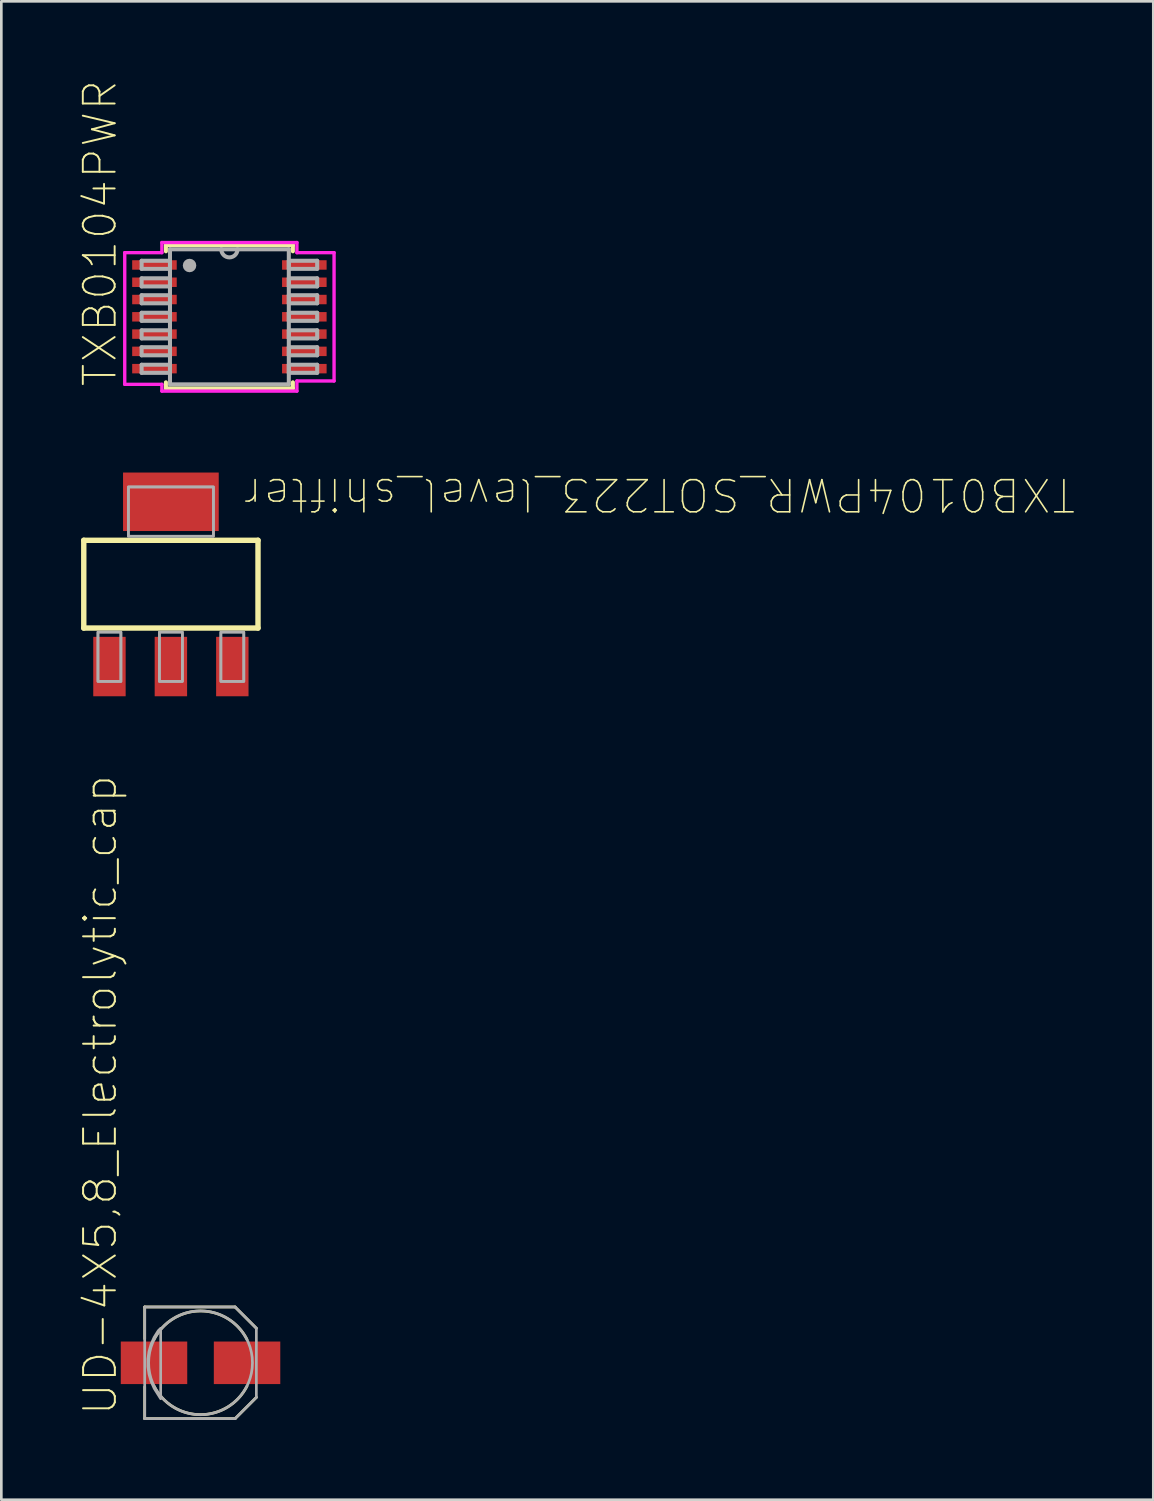
<source format=kicad_pcb>
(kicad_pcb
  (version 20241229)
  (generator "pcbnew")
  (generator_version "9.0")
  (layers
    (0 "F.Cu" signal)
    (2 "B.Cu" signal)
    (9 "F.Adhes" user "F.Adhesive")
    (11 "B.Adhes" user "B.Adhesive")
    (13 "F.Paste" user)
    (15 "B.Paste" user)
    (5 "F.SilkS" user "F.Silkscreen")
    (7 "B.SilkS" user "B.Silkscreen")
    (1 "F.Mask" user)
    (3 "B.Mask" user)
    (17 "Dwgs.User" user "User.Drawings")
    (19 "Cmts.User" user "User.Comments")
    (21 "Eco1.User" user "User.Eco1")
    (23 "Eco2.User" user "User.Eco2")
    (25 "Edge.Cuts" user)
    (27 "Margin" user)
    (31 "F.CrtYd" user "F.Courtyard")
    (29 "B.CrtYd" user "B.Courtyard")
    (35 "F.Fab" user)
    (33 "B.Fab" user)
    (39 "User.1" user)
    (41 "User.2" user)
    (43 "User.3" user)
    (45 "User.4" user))
  (footprint "TXB0104PWR_SOT223_level_shifter"
    (layer "F.Cu")
    (at 3.378 18.924)
    (property "Reference" "TXB0104PWR_SOT223_level_shifter" (at 2.667 -2.667 180) (unlocked yes) (layer "F.SilkS") (effects (font (size 1.21 1.21) (thickness 0.06)) (justify right top)))
    (fp_line (start -3.277 -1.651) (end 3.277 -1.651) (stroke (width 0.203) (type solid)) (layer "F.SilkS"))
    (fp_line (start -3.277 1.651) (end -3.277 -1.651) (stroke (width 0.203) (type solid)) (layer "F.SilkS"))
    (fp_line (start 3.277 -1.651) (end 3.277 1.651) (stroke (width 0.203) (type solid)) (layer "F.SilkS"))
    (fp_line (start 3.277 1.651) (end -3.277 1.651) (stroke (width 0.203) (type solid)) (layer "F.SilkS"))
    (fp_poly (pts (xy -2.743 3.658) (xy -1.88 3.658) (xy -1.88 1.803) (xy -2.743 1.803)) (stroke (width 0.1) (type default)) (fill no) (layer "F.Fab"))
    (fp_poly (pts (xy -2.743 3.658) (xy -1.88 3.658) (xy -1.88 1.803) (xy -2.743 1.803)) (stroke (width 0.1) (type default)) (fill no) (layer "F.Fab"))
    (fp_poly (pts (xy -1.6 -1.803) (xy 1.6 -1.803) (xy 1.6 -3.658) (xy -1.6 -3.658)) (stroke (width 0.1) (type default)) (fill no) (layer "F.Fab"))
    (fp_poly (pts (xy -1.6 -1.803) (xy 1.6 -1.803) (xy 1.6 -3.658) (xy -1.6 -3.658)) (stroke (width 0.1) (type default)) (fill no) (layer "F.Fab"))
    (fp_poly (pts (xy -0.432 3.658) (xy 0.432 3.658) (xy 0.432 1.803) (xy -0.432 1.803)) (stroke (width 0.1) (type default)) (fill no) (layer "F.Fab"))
    (fp_poly (pts (xy -0.432 3.658) (xy 0.432 3.658) (xy 0.432 1.803) (xy -0.432 1.803)) (stroke (width 0.1) (type default)) (fill no) (layer "F.Fab"))
    (fp_poly (pts (xy 1.88 3.658) (xy 2.743 3.658) (xy 2.743 1.803) (xy 1.88 1.803)) (stroke (width 0.1) (type default)) (fill no) (layer "F.Fab"))
    (fp_poly (pts (xy 1.88 3.658) (xy 2.743 3.658) (xy 2.743 1.803) (xy 1.88 1.803)) (stroke (width 0.1) (type default)) (fill no) (layer "F.Fab"))
    (pad "1" smd rect (at -2.311 3.099) (size 1.219 2.235) (layers "F.Cu" "F.Mask" "F.Paste"))
    (pad "2" smd rect (at 0 3.099) (size 1.219 2.235) (layers "F.Cu" "F.Mask" "F.Paste"))
    (pad "3" smd rect (at 2.311 3.099) (size 1.219 2.235) (layers "F.Cu" "F.Mask" "F.Paste"))
    (pad "4" smd rect (at 0 -3.099) (size 3.6 2.2) (layers "F.Cu" "F.Mask" "F.Paste")))
  (footprint "UD-4X5,8_Electrolytic_cap"
    (layer "F.Cu")
    (at 4.493 48.213)
    (property "Reference" "UD-4X5,8_Electrolytic_cap" (at -3.073 2.045 90) (unlocked yes) (layer "F.SilkS") (effects (font (size 1.195 1.195) (thickness 0.075)) (justify left bottom)))
    (fp_line (start -2.1 -2.1) (end 1.3 -2.1) (stroke (width 0.102) (type solid)) (layer "F.SilkS"))
    (fp_line (start -2.1 -0.9) (end -2.1 -2.1) (stroke (width 0.102) (type solid)) (layer "F.SilkS"))
    (fp_line (start -2.1 2.1) (end -2.1 0.9) (stroke (width 0.102) (type solid)) (layer "F.SilkS"))
    (fp_line (start 1.3 -2.1) (end 2.1 -1.3) (stroke (width 0.102) (type solid)) (layer "F.SilkS"))
    (fp_line (start 1.3 2.1) (end -2.1 2.1) (stroke (width 0.102) (type solid)) (layer "F.SilkS"))
    (fp_line (start 2.1 1.3) (end 1.3 2.1) (stroke (width 0.102) (type solid)) (layer "F.SilkS"))
    (fp_arc (start -1.75 -0.875) (mid -0.000001 -1.950175) (end 1.749999 -0.875002) (stroke (width 0.1016) (type solid)) (layer "F.SilkS"))
    (fp_arc (start 1.75 0.875) (mid 0.000001 1.950175) (end -1.749999 0.875002) (stroke (width 0.1016) (type solid)) (layer "F.SilkS"))
    (fp_line (start -2.1 -2.1) (end 1.3 -2.1) (stroke (width 0.102) (type solid)) (layer "F.Fab"))
    (fp_line (start -2.1 2.1) (end -2.1 -2.1) (stroke (width 0.102) (type solid)) (layer "F.Fab"))
    (fp_line (start 1.3 -2.1) (end 2.1 -1.3) (stroke (width 0.102) (type solid)) (layer "F.Fab"))
    (fp_line (start 1.3 2.1) (end -2.1 2.1) (stroke (width 0.102) (type solid)) (layer "F.Fab"))
    (fp_line (start 2.1 -1.3) (end 2.1 1.3) (stroke (width 0.102) (type solid)) (layer "F.Fab"))
    (fp_line (start 2.1 1.3) (end 1.3 2.1) (stroke (width 0.102) (type solid)) (layer "F.Fab"))
    (fp_circle (center 0 0) (end 1.953 0) (stroke (width 0.102) (type solid)) (fill no) (layer "F.Fab"))
    (fp_poly (pts (xy -1.499 1.351) (xy -1.743 0.963) (xy -1.86 0.701) (xy -1.939 0.426) (xy -1.979 0.143) (xy -1.979 -0.143) (xy -1.939 -0.426) (xy -1.86 -0.701) (xy -1.743 -0.963) (xy -1.59 -1.207) (xy -1.499 -1.298)) (stroke (width 0.1) (type default)) (fill no) (layer "F.Fab"))
    (pad "+" smd rect (at 1.75 0) (size 2.5 1.6) (layers "F.Cu" "F.Mask" "F.Paste"))
    (pad "-" smd rect (at -1.75 0) (size 2.5 1.6) (layers "F.Cu" "F.Mask" "F.Paste")))
  (footprint "TXB0104PWR"
    (layer "F.Cu")
    (at 5.579 8.867)
    (property "Reference" "TXB0104PWR" (at -4.166 2.692 90) (unlocked yes) (layer "F.SilkS") (effects (font (size 1.198 1.198) (thickness 0.072)) (justify left bottom)))
    (fp_line (start -2.388 -2.692) (end -2.388 -2.464) (stroke (width 0.152) (type solid)) (layer "F.SilkS"))
    (fp_line (start -2.388 2.464) (end -2.388 2.692) (stroke (width 0.152) (type solid)) (layer "F.SilkS"))
    (fp_line (start -2.388 2.692) (end 2.388 2.692) (stroke (width 0.152) (type solid)) (layer "F.SilkS"))
    (fp_line (start 2.388 -2.692) (end -2.388 -2.692) (stroke (width 0.152) (type solid)) (layer "F.SilkS"))
    (fp_line (start 2.388 -2.464) (end 2.388 -2.692) (stroke (width 0.152) (type solid)) (layer "F.SilkS"))
    (fp_line (start 2.388 2.692) (end 2.388 2.464) (stroke (width 0.152) (type solid)) (layer "F.SilkS"))
    (fp_line (start -3.937 -2.413) (end -2.54 -2.413) (stroke (width 0.127) (type solid)) (layer "F.CrtYd"))
    (fp_line (start -3.937 2.54) (end -3.937 -2.413) (stroke (width 0.127) (type solid)) (layer "F.CrtYd"))
    (fp_line (start -3.937 2.54) (end -2.54 2.54) (stroke (width 0.127) (type solid)) (layer "F.CrtYd"))
    (fp_line (start -2.54 -2.794) (end 2.54 -2.794) (stroke (width 0.127) (type solid)) (layer "F.CrtYd"))
    (fp_line (start -2.54 -2.413) (end -2.54 -2.794) (stroke (width 0.127) (type solid)) (layer "F.CrtYd"))
    (fp_line (start -2.54 2.54) (end -2.54 2.794) (stroke (width 0.127) (type solid)) (layer "F.CrtYd"))
    (fp_line (start 2.54 -2.794) (end 2.54 -2.413) (stroke (width 0.127) (type solid)) (layer "F.CrtYd"))
    (fp_line (start 2.54 -2.413) (end 3.937 -2.413) (stroke (width 0.127) (type solid)) (layer "F.CrtYd"))
    (fp_line (start 2.54 2.413) (end 2.54 2.794) (stroke (width 0.127) (type solid)) (layer "F.CrtYd"))
    (fp_line (start 2.54 2.794) (end -2.54 2.794) (stroke (width 0.127) (type solid)) (layer "F.CrtYd"))
    (fp_line (start 3.937 -2.413) (end 3.937 2.413) (stroke (width 0.127) (type solid)) (layer "F.CrtYd"))
    (fp_line (start 3.937 2.413) (end 2.54 2.413) (stroke (width 0.127) (type solid)) (layer "F.CrtYd"))
    (fp_line (start -3.302 -2.108) (end -3.302 -1.803) (stroke (width 0.152) (type solid)) (layer "F.Fab"))
    (fp_line (start -3.302 -1.803) (end -2.235 -1.803) (stroke (width 0.152) (type solid)) (layer "F.Fab"))
    (fp_line (start -3.302 -1.448) (end -3.302 -1.143) (stroke (width 0.152) (type solid)) (layer "F.Fab"))
    (fp_line (start -3.302 -1.143) (end -2.235 -1.143) (stroke (width 0.152) (type solid)) (layer "F.Fab"))
    (fp_line (start -3.302 -0.813) (end -3.302 -0.508) (stroke (width 0.152) (type solid)) (layer "F.Fab"))
    (fp_line (start -3.302 -0.508) (end -2.235 -0.508) (stroke (width 0.152) (type solid)) (layer "F.Fab"))
    (fp_line (start -3.302 -0.152) (end -3.302 0.152) (stroke (width 0.152) (type solid)) (layer "F.Fab"))
    (fp_line (start -3.302 0.152) (end -2.235 0.152) (stroke (width 0.152) (type solid)) (layer "F.Fab"))
    (fp_line (start -3.302 0.508) (end -3.302 0.813) (stroke (width 0.152) (type solid)) (layer "F.Fab"))
    (fp_line (start -3.302 0.813) (end -2.235 0.813) (stroke (width 0.152) (type solid)) (layer "F.Fab"))
    (fp_line (start -3.302 1.143) (end -3.302 1.448) (stroke (width 0.152) (type solid)) (layer "F.Fab"))
    (fp_line (start -3.302 1.448) (end -2.235 1.448) (stroke (width 0.152) (type solid)) (layer "F.Fab"))
    (fp_line (start -3.302 1.803) (end -3.302 2.108) (stroke (width 0.152) (type solid)) (layer "F.Fab"))
    (fp_line (start -3.302 2.108) (end -2.235 2.108) (stroke (width 0.152) (type solid)) (layer "F.Fab"))
    (fp_line (start -2.235 -2.54) (end -2.235 2.54) (stroke (width 0.152) (type solid)) (layer "F.Fab"))
    (fp_line (start -2.235 -2.108) (end -3.302 -2.108) (stroke (width 0.152) (type solid)) (layer "F.Fab"))
    (fp_line (start -2.235 -1.803) (end -2.235 -2.108) (stroke (width 0.152) (type solid)) (layer "F.Fab"))
    (fp_line (start -2.235 -1.448) (end -3.302 -1.448) (stroke (width 0.152) (type solid)) (layer "F.Fab"))
    (fp_line (start -2.235 -1.143) (end -2.235 -1.448) (stroke (width 0.152) (type solid)) (layer "F.Fab"))
    (fp_line (start -2.235 -0.813) (end -3.302 -0.813) (stroke (width 0.152) (type solid)) (layer "F.Fab"))
    (fp_line (start -2.235 -0.508) (end -2.235 -0.813) (stroke (width 0.152) (type solid)) (layer "F.Fab"))
    (fp_line (start -2.235 -0.152) (end -3.302 -0.152) (stroke (width 0.152) (type solid)) (layer "F.Fab"))
    (fp_line (start -2.235 0.152) (end -2.235 -0.152) (stroke (width 0.152) (type solid)) (layer "F.Fab"))
    (fp_line (start -2.235 0.508) (end -3.302 0.508) (stroke (width 0.152) (type solid)) (layer "F.Fab"))
    (fp_line (start -2.235 0.813) (end -2.235 0.508) (stroke (width 0.152) (type solid)) (layer "F.Fab"))
    (fp_line (start -2.235 1.143) (end -3.302 1.143) (stroke (width 0.152) (type solid)) (layer "F.Fab"))
    (fp_line (start -2.235 1.448) (end -2.235 1.143) (stroke (width 0.152) (type solid)) (layer "F.Fab"))
    (fp_line (start -2.235 1.803) (end -3.302 1.803) (stroke (width 0.152) (type solid)) (layer "F.Fab"))
    (fp_line (start -2.235 2.108) (end -2.235 1.803) (stroke (width 0.152) (type solid)) (layer "F.Fab"))
    (fp_line (start -2.235 2.54) (end 2.235 2.54) (stroke (width 0.152) (type solid)) (layer "F.Fab"))
    (fp_line (start -0.305 -2.54) (end -2.235 -2.54) (stroke (width 0.152) (type solid)) (layer "F.Fab"))
    (fp_line (start 2.235 -2.54) (end -0.305 -2.54) (stroke (width 0.152) (type solid)) (layer "F.Fab"))
    (fp_line (start 2.235 -2.108) (end 2.235 -1.803) (stroke (width 0.152) (type solid)) (layer "F.Fab"))
    (fp_line (start 2.235 -1.803) (end 3.302 -1.803) (stroke (width 0.152) (type solid)) (layer "F.Fab"))
    (fp_line (start 2.235 -1.448) (end 2.235 -1.143) (stroke (width 0.152) (type solid)) (layer "F.Fab"))
    (fp_line (start 2.235 -1.143) (end 3.302 -1.143) (stroke (width 0.152) (type solid)) (layer "F.Fab"))
    (fp_line (start 2.235 -0.813) (end 2.235 -0.508) (stroke (width 0.152) (type solid)) (layer "F.Fab"))
    (fp_line (start 2.235 -0.508) (end 3.302 -0.508) (stroke (width 0.152) (type solid)) (layer "F.Fab"))
    (fp_line (start 2.235 -0.152) (end 2.235 0.152) (stroke (width 0.152) (type solid)) (layer "F.Fab"))
    (fp_line (start 2.235 0.152) (end 3.302 0.152) (stroke (width 0.152) (type solid)) (layer "F.Fab"))
    (fp_line (start 2.235 0.508) (end 2.235 0.813) (stroke (width 0.152) (type solid)) (layer "F.Fab"))
    (fp_line (start 2.235 0.813) (end 3.302 0.813) (stroke (width 0.152) (type solid)) (layer "F.Fab"))
    (fp_line (start 2.235 1.143) (end 2.235 1.448) (stroke (width 0.152) (type solid)) (layer "F.Fab"))
    (fp_line (start 2.235 1.448) (end 3.302 1.448) (stroke (width 0.152) (type solid)) (layer "F.Fab"))
    (fp_line (start 2.235 1.803) (end 2.235 2.108) (stroke (width 0.152) (type solid)) (layer "F.Fab"))
    (fp_line (start 2.235 2.108) (end 3.302 2.108) (stroke (width 0.152) (type solid)) (layer "F.Fab"))
    (fp_line (start 2.235 2.54) (end 2.235 -2.54) (stroke (width 0.152) (type solid)) (layer "F.Fab"))
    (fp_line (start 3.302 -2.108) (end 2.235 -2.108) (stroke (width 0.152) (type solid)) (layer "F.Fab"))
    (fp_line (start 3.302 -1.803) (end 3.302 -2.108) (stroke (width 0.152) (type solid)) (layer "F.Fab"))
    (fp_line (start 3.302 -1.448) (end 2.235 -1.448) (stroke (width 0.152) (type solid)) (layer "F.Fab"))
    (fp_line (start 3.302 -1.143) (end 3.302 -1.448) (stroke (width 0.152) (type solid)) (layer "F.Fab"))
    (fp_line (start 3.302 -0.813) (end 2.235 -0.813) (stroke (width 0.152) (type solid)) (layer "F.Fab"))
    (fp_line (start 3.302 -0.508) (end 3.302 -0.813) (stroke (width 0.152) (type solid)) (layer "F.Fab"))
    (fp_line (start 3.302 -0.152) (end 2.235 -0.152) (stroke (width 0.152) (type solid)) (layer "F.Fab"))
    (fp_line (start 3.302 0.152) (end 3.302 -0.152) (stroke (width 0.152) (type solid)) (layer "F.Fab"))
    (fp_line (start 3.302 0.508) (end 2.235 0.508) (stroke (width 0.152) (type solid)) (layer "F.Fab"))
    (fp_line (start 3.302 0.813) (end 3.302 0.508) (stroke (width 0.152) (type solid)) (layer "F.Fab"))
    (fp_line (start 3.302 1.143) (end 2.235 1.143) (stroke (width 0.152) (type solid)) (layer "F.Fab"))
    (fp_line (start 3.302 1.448) (end 3.302 1.143) (stroke (width 0.152) (type solid)) (layer "F.Fab"))
    (fp_line (start 3.302 1.803) (end 2.235 1.803) (stroke (width 0.152) (type solid)) (layer "F.Fab"))
    (fp_line (start 3.302 2.108) (end 3.302 1.803) (stroke (width 0.152) (type solid)) (layer "F.Fab"))
    (fp_arc (start 0.3048 -2.54) (mid 0 -2.2352) (end -0.3048 -2.54) (stroke (width 0.1524) (type solid)) (layer "F.Fab"))
    (fp_circle (center -1.499 -1.93) (end -1.372 -1.93) (stroke (width 0.254) (type solid)) (fill no) (layer "F.Fab"))
    (pad "1" smd rect (at -2.819 -1.95) (size 1.676 0.356) (layers "F.Cu" "F.Mask" "F.Paste"))
    (pad "2" smd rect (at -2.819 -1.3) (size 1.676 0.356) (layers "F.Cu" "F.Mask" "F.Paste"))
    (pad "3" smd rect (at -2.819 -0.65) (size 1.676 0.356) (layers "F.Cu" "F.Mask" "F.Paste"))
    (pad "4" smd rect (at -2.819 0) (size 1.676 0.356) (layers "F.Cu" "F.Mask" "F.Paste"))
    (pad "5" smd rect (at -2.819 0.65) (size 1.676 0.356) (layers "F.Cu" "F.Mask" "F.Paste"))
    (pad "6" smd rect (at -2.819 1.3) (size 1.676 0.356) (layers "F.Cu" "F.Mask" "F.Paste"))
    (pad "7" smd rect (at -2.819 1.95) (size 1.676 0.356) (layers "F.Cu" "F.Mask" "F.Paste"))
    (pad "8" smd rect (at 2.819 1.95) (size 1.676 0.356) (layers "F.Cu" "F.Mask" "F.Paste"))
    (pad "9" smd rect (at 2.819 1.3) (size 1.676 0.356) (layers "F.Cu" "F.Mask" "F.Paste"))
    (pad "10" smd rect (at 2.819 0.65) (size 1.676 0.356) (layers "F.Cu" "F.Mask" "F.Paste"))
    (pad "11" smd rect (at 2.819 0) (size 1.676 0.356) (layers "F.Cu" "F.Mask" "F.Paste"))
    (pad "12" smd rect (at 2.819 -0.65) (size 1.676 0.356) (layers "F.Cu" "F.Mask" "F.Paste"))
    (pad "13" smd rect (at 2.819 -1.3) (size 1.676 0.356) (layers "F.Cu" "F.Mask" "F.Paste"))
    (pad "14" smd rect (at 2.819 -1.95) (size 1.676 0.356) (layers "F.Cu" "F.Mask" "F.Paste")))
  (gr_rect
    (start -3 -3)
    (end 40.332 53.363)
    (stroke (width 0.1) (type default))
    (fill no)
    (layer "Edge.Cuts")))
</source>
